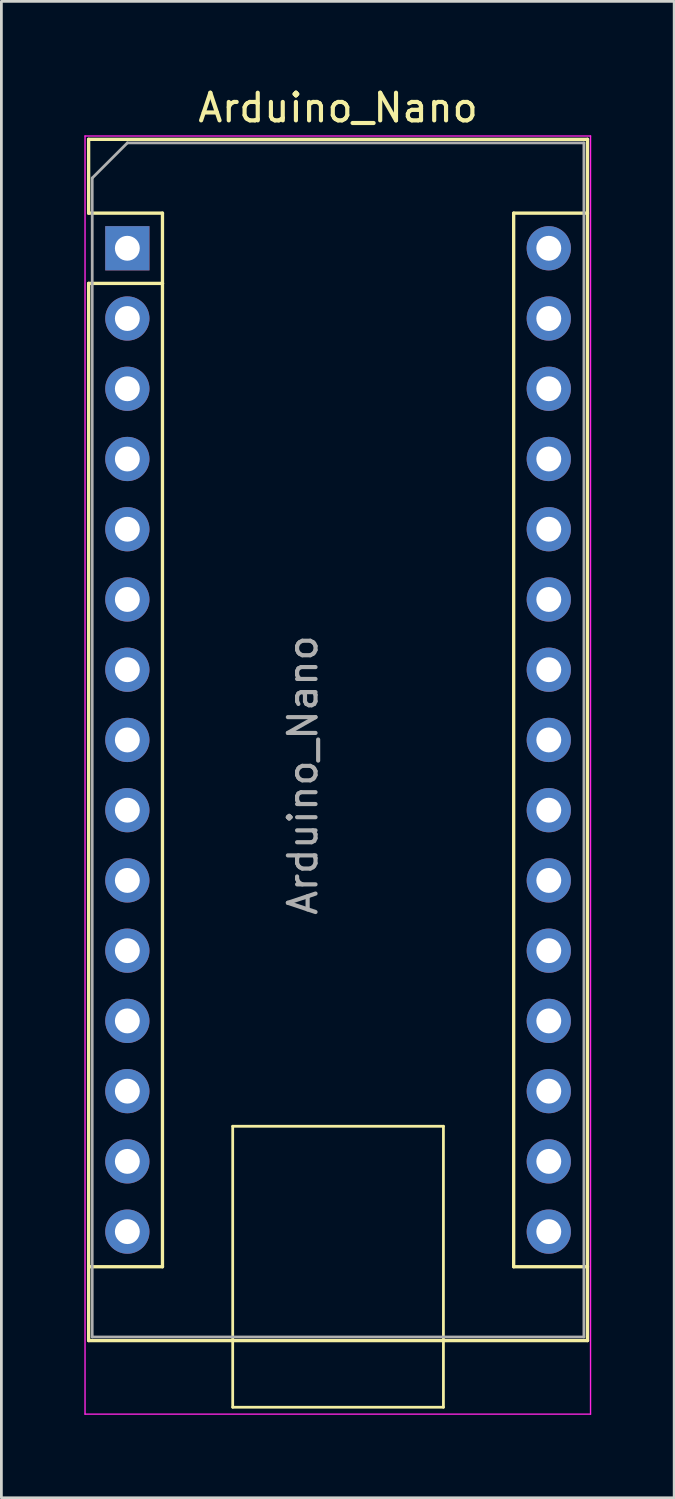
<source format=kicad_pcb>
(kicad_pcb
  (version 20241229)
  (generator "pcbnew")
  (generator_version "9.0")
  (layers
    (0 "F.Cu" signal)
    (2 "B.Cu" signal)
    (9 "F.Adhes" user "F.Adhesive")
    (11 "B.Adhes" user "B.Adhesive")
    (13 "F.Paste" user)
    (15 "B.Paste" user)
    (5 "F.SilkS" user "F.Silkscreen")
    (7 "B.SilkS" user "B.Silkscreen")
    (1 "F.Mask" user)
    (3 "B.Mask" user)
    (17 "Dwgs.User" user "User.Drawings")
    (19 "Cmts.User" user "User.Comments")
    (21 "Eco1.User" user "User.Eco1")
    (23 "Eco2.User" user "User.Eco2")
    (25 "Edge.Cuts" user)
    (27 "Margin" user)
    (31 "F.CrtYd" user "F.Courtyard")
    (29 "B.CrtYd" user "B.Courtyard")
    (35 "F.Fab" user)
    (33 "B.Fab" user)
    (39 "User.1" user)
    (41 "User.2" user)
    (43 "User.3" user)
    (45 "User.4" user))
  (footprint "Arduino_Nano"
    (layer "F.Cu")
    (at 1.555 5.928)
    (property "Reference" "Arduino_Nano" (at 7.62 -5.08 0) (layer "F.SilkS") (effects (font (size 1 1) (thickness 0.15))))
    (attr through_hole)
    (fp_line (start -1.4 -3.94) (end -1.4 -1.27) (stroke (width 0.12) (type solid)) (layer "F.SilkS"))
    (fp_line (start -1.4 1.27) (end -1.4 39.5) (stroke (width 0.12) (type solid)) (layer "F.SilkS"))
    (fp_line (start -1.4 39.5) (end 16.64 39.5) (stroke (width 0.12) (type solid)) (layer "F.SilkS"))
    (fp_line (start 1.27 -1.27) (end -1.4 -1.27) (stroke (width 0.12) (type solid)) (layer "F.SilkS"))
    (fp_line (start 1.27 1.27) (end -1.4 1.27) (stroke (width 0.12) (type solid)) (layer "F.SilkS"))
    (fp_line (start 1.27 1.27) (end 1.27 -1.27) (stroke (width 0.12) (type solid)) (layer "F.SilkS"))
    (fp_line (start 1.27 1.27) (end 1.27 36.83) (stroke (width 0.12) (type solid)) (layer "F.SilkS"))
    (fp_line (start 1.27 36.83) (end -1.4 36.83) (stroke (width 0.12) (type solid)) (layer "F.SilkS"))
    (fp_line (start 3.81 31.75) (end 11.43 31.75) (stroke (width 0.1) (type solid)) (layer "F.SilkS"))
    (fp_line (start 3.81 41.91) (end 3.81 31.75) (stroke (width 0.1) (type solid)) (layer "F.SilkS"))
    (fp_line (start 11.43 31.75) (end 11.43 41.91) (stroke (width 0.1) (type solid)) (layer "F.SilkS"))
    (fp_line (start 11.43 41.91) (end 3.81 41.91) (stroke (width 0.1) (type solid)) (layer "F.SilkS"))
    (fp_line (start 13.97 -1.27) (end 13.97 36.83) (stroke (width 0.12) (type solid)) (layer "F.SilkS"))
    (fp_line (start 13.97 -1.27) (end 16.64 -1.27) (stroke (width 0.12) (type solid)) (layer "F.SilkS"))
    (fp_line (start 13.97 36.83) (end 16.64 36.83) (stroke (width 0.12) (type solid)) (layer "F.SilkS"))
    (fp_line (start 16.64 -3.94) (end -1.4 -3.94) (stroke (width 0.12) (type solid)) (layer "F.SilkS"))
    (fp_line (start 16.64 39.5) (end 16.64 -3.94) (stroke (width 0.12) (type solid)) (layer "F.SilkS"))
    (fp_line (start -1.53 -4.06) (end -1.53 42.16) (stroke (width 0.05) (type solid)) (layer "F.CrtYd"))
    (fp_line (start -1.53 -4.06) (end 16.75 -4.06) (stroke (width 0.05) (type solid)) (layer "F.CrtYd"))
    (fp_line (start 16.75 42.16) (end -1.53 42.16) (stroke (width 0.05) (type solid)) (layer "F.CrtYd"))
    (fp_line (start 16.75 42.16) (end 16.75 -4.06) (stroke (width 0.05) (type solid)) (layer "F.CrtYd"))
    (fp_line (start -1.27 -2.54) (end 0 -3.81) (stroke (width 0.1) (type solid)) (layer "F.Fab"))
    (fp_line (start -1.27 39.37) (end -1.27 -2.54) (stroke (width 0.1) (type solid)) (layer "F.Fab"))
    (fp_line (start 0 -3.81) (end 16.51 -3.81) (stroke (width 0.1) (type solid)) (layer "F.Fab"))
    (fp_line (start 16.51 -3.81) (end 16.51 39.37) (stroke (width 0.1) (type solid)) (layer "F.Fab"))
    (fp_line (start 16.51 39.37) (end -1.27 39.37) (stroke (width 0.1) (type solid)) (layer "F.Fab"))
    (fp_text user "${REFERENCE}" (at 6.35 19.05 90) (layer "F.Fab") (effects (font (size 1 1) (thickness 0.15))))
    (pad "1" thru_hole rect (at 0 0) (size 1.6 1.6) (drill 0.9) (layers "*.Cu" "*.Mask"))
    (pad "2" thru_hole oval (at 0 2.54) (size 1.6 1.6) (drill 0.9) (layers "*.Cu" "*.Mask"))
    (pad "3" thru_hole oval (at 0 5.08) (size 1.6 1.6) (drill 0.9) (layers "*.Cu" "*.Mask"))
    (pad "4" thru_hole oval (at 0 7.62) (size 1.6 1.6) (drill 0.9) (layers "*.Cu" "*.Mask"))
    (pad "5" thru_hole oval (at 0 10.16) (size 1.6 1.6) (drill 0.9) (layers "*.Cu" "*.Mask"))
    (pad "6" thru_hole oval (at 0 12.7) (size 1.6 1.6) (drill 0.9) (layers "*.Cu" "*.Mask"))
    (pad "7" thru_hole oval (at 0 15.24) (size 1.6 1.6) (drill 0.9) (layers "*.Cu" "*.Mask"))
    (pad "8" thru_hole oval (at 0 17.78) (size 1.6 1.6) (drill 0.9) (layers "*.Cu" "*.Mask"))
    (pad "9" thru_hole oval (at 0 20.32) (size 1.6 1.6) (drill 0.9) (layers "*.Cu" "*.Mask"))
    (pad "10" thru_hole oval (at 0 22.86) (size 1.6 1.6) (drill 0.9) (layers "*.Cu" "*.Mask"))
    (pad "11" thru_hole oval (at 0 25.4) (size 1.6 1.6) (drill 0.9) (layers "*.Cu" "*.Mask"))
    (pad "12" thru_hole oval (at 0 27.94) (size 1.6 1.6) (drill 0.9) (layers "*.Cu" "*.Mask"))
    (pad "13" thru_hole oval (at 0 30.48) (size 1.6 1.6) (drill 0.9) (layers "*.Cu" "*.Mask"))
    (pad "14" thru_hole oval (at 0 33.02) (size 1.6 1.6) (drill 0.9) (layers "*.Cu" "*.Mask"))
    (pad "15" thru_hole oval (at 0 35.56) (size 1.6 1.6) (drill 0.9) (layers "*.Cu" "*.Mask"))
    (pad "16" thru_hole oval (at 15.24 35.56) (size 1.6 1.6) (drill 0.9) (layers "*.Cu" "*.Mask"))
    (pad "17" thru_hole oval (at 15.24 33.02) (size 1.6 1.6) (drill 0.9) (layers "*.Cu" "*.Mask"))
    (pad "18" thru_hole oval (at 15.24 30.48) (size 1.6 1.6) (drill 0.9) (layers "*.Cu" "*.Mask"))
    (pad "19" thru_hole oval (at 15.24 27.94) (size 1.6 1.6) (drill 0.9) (layers "*.Cu" "*.Mask"))
    (pad "20" thru_hole oval (at 15.24 25.4) (size 1.6 1.6) (drill 0.9) (layers "*.Cu" "*.Mask"))
    (pad "21" thru_hole oval (at 15.24 22.86) (size 1.6 1.6) (drill 0.9) (layers "*.Cu" "*.Mask"))
    (pad "22" thru_hole oval (at 15.24 20.32) (size 1.6 1.6) (drill 0.9) (layers "*.Cu" "*.Mask"))
    (pad "23" thru_hole oval (at 15.24 17.78) (size 1.6 1.6) (drill 0.9) (layers "*.Cu" "*.Mask"))
    (pad "24" thru_hole oval (at 15.24 15.24) (size 1.6 1.6) (drill 0.9) (layers "*.Cu" "*.Mask"))
    (pad "25" thru_hole oval (at 15.24 12.7) (size 1.6 1.6) (drill 0.9) (layers "*.Cu" "*.Mask"))
    (pad "26" thru_hole oval (at 15.24 10.16) (size 1.6 1.6) (drill 0.9) (layers "*.Cu" "*.Mask"))
    (pad "27" thru_hole oval (at 15.24 7.62) (size 1.6 1.6) (drill 0.9) (layers "*.Cu" "*.Mask"))
    (pad "28" thru_hole oval (at 15.24 5.08) (size 1.6 1.6) (drill 0.9) (layers "*.Cu" "*.Mask"))
    (pad "29" thru_hole oval (at 15.24 2.54) (size 1.6 1.6) (drill 0.9) (layers "*.Cu" "*.Mask"))
    (pad "30" thru_hole oval (at 15.24 0) (size 1.6 1.6) (drill 0.9) (layers "*.Cu" "*.Mask")))
  (gr_rect
    (start -3 -3)
    (end 21.33 51.113)
    (stroke (width 0.1) (type default))
    (fill no)
    (layer "Edge.Cuts")))
</source>
